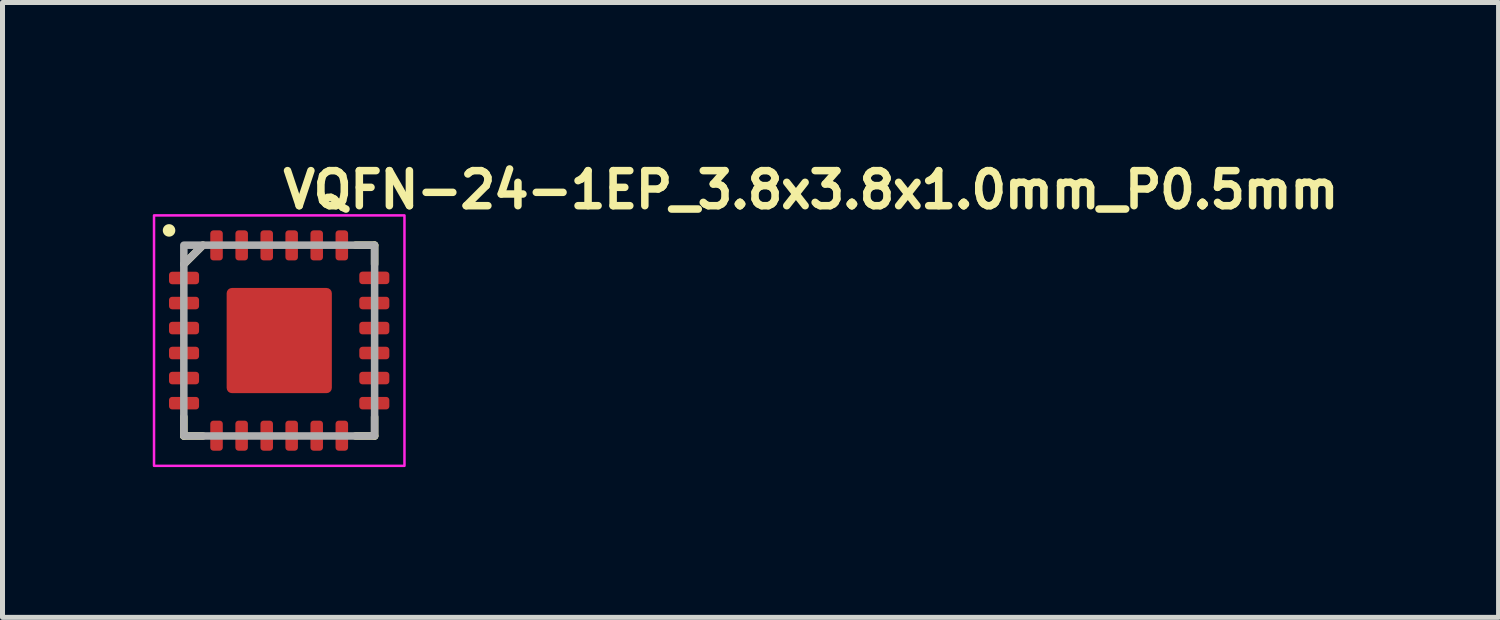
<source format=kicad_pcb>
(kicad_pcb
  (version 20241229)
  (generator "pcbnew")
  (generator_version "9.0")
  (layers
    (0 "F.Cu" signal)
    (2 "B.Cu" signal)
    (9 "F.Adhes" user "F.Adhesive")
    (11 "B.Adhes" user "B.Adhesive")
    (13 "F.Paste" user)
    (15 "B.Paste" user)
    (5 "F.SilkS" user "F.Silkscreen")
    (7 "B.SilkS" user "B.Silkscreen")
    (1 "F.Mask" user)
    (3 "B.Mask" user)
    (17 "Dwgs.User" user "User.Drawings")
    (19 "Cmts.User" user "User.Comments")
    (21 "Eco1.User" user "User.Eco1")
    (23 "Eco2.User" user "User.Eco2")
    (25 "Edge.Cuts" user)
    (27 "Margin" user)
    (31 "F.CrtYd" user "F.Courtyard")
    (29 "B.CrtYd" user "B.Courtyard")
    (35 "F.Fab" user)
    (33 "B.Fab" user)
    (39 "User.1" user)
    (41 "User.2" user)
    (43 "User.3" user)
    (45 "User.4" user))
  (footprint "VQFN-24-1EP_3.8x3.8x1.0mm_P0.5mm"
    (layer "F.Cu")
    (at 2.525 3.75)
    (property "Reference" "VQFN-24-1EP_3.8x3.8x1.0mm_P0.5mm" (at 0 -2.6 0) (layer "F.SilkS") (effects (font (size 0.7 0.7) (thickness 0.15)) (justify left bottom)))
    (attr smd)
    (fp_line (start -1.905 -1.524) (end -1.524 -1.905) (stroke (width 0.15) (type solid)) (layer "F.SilkS"))
    (fp_line (start -1.905 1.523) (end -1.905 1.904) (stroke (width 0.15) (type solid)) (layer "F.SilkS"))
    (fp_line (start -1.905 1.904) (end -1.524 1.904) (stroke (width 0.15) (type solid)) (layer "F.SilkS"))
    (fp_line (start 1.523 1.904) (end 1.904 1.904) (stroke (width 0.15) (type solid)) (layer "F.SilkS"))
    (fp_line (start 1.904 -1.905) (end 1.523 -1.905) (stroke (width 0.15) (type solid)) (layer "F.SilkS"))
    (fp_line (start 1.904 -1.524) (end 1.904 -1.905) (stroke (width 0.15) (type solid)) (layer "F.SilkS"))
    (fp_line (start 1.904 1.904) (end 1.904 1.523) (stroke (width 0.15) (type solid)) (layer "F.SilkS"))
    (fp_circle (center -2.2 -2.2) (end -2.15 -2.2) (stroke (width 0.15) (type solid)) (fill yes) (layer "F.SilkS"))
    (fp_rect (start -2.5 -2.5) (end 2.5 2.5) (stroke (width 0.05) (type solid)) (fill no) (layer "F.CrtYd"))
    (fp_line (start -1.905 -1.524) (end -1.524 -1.905) (stroke (width 0.15) (type solid)) (layer "F.Fab"))
    (fp_rect (start -1.905 1.904) (end 1.904 -1.905) (stroke (width 0.15) (type solid)) (fill no) (layer "F.Fab"))
    (fp_rect (start -2 -2) (end 1.999 1.999) (stroke (width 0.1) (type solid)) (fill no) (layer "User.5"))
    (fp_line (start -2 -2) (end -2 1.999) (stroke (width 0.02) (type solid)) (layer "User.9"))
    (fp_line (start -2 1.999) (end 1.999 1.999) (stroke (width 0.02) (type solid)) (layer "User.9"))
    (fp_line (start -1.651 -1.418) (end -1.651 -1.41) (stroke (width 0.02) (type solid)) (layer "User.9"))
    (fp_line (start -1.651 -1.41) (end -1.651 -1.401) (stroke (width 0.02) (type solid)) (layer "User.9"))
    (fp_line (start -1.651 -1.401) (end -1.651 -1.385) (stroke (width 0.02) (type solid)) (layer "User.9"))
    (fp_line (start -1.651 -1.385) (end -1.649 -1.367) (stroke (width 0.02) (type solid)) (layer "User.9"))
    (fp_line (start -1.649 -1.434) (end -1.649 -1.426) (stroke (width 0.02) (type solid)) (layer "User.9"))
    (fp_line (start -1.649 -1.426) (end -1.651 -1.418) (stroke (width 0.02) (type solid)) (layer "User.9"))
    (fp_line (start -1.649 -1.367) (end -1.647 -1.351) (stroke (width 0.02) (type solid)) (layer "User.9"))
    (fp_line (start -1.647 -1.45) (end -1.647 -1.442) (stroke (width 0.02) (type solid)) (layer "User.9"))
    (fp_line (start -1.647 -1.442) (end -1.649 -1.434) (stroke (width 0.02) (type solid)) (layer "User.9"))
    (fp_line (start -1.647 -1.351) (end -1.643 -1.335) (stroke (width 0.02) (type solid)) (layer "User.9"))
    (fp_line (start -1.645 -1.458) (end -1.647 -1.45) (stroke (width 0.02) (type solid)) (layer "User.9"))
    (fp_line (start -1.643 -1.466) (end -1.645 -1.458) (stroke (width 0.02) (type solid)) (layer "User.9"))
    (fp_line (start -1.643 -1.335) (end -1.637 -1.321) (stroke (width 0.02) (type solid)) (layer "User.9"))
    (fp_line (start -1.641 -1.474) (end -1.643 -1.466) (stroke (width 0.02) (type solid)) (layer "User.9"))
    (fp_line (start -1.637 -1.482) (end -1.641 -1.474) (stroke (width 0.02) (type solid)) (layer "User.9"))
    (fp_line (start -1.637 -1.321) (end -1.631 -1.305) (stroke (width 0.02) (type solid)) (layer "User.9"))
    (fp_line (start -1.635 -1.49) (end -1.637 -1.482) (stroke (width 0.02) (type solid)) (layer "User.9"))
    (fp_line (start -1.631 -1.496) (end -1.635 -1.49) (stroke (width 0.02) (type solid)) (layer "User.9"))
    (fp_line (start -1.631 -1.305) (end -1.625 -1.291) (stroke (width 0.02) (type solid)) (layer "User.9"))
    (fp_line (start -1.629 -1.504) (end -1.631 -1.496) (stroke (width 0.02) (type solid)) (layer "User.9"))
    (fp_line (start -1.625 -1.512) (end -1.629 -1.504) (stroke (width 0.02) (type solid)) (layer "User.9"))
    (fp_line (start -1.625 -1.291) (end -1.617 -1.276) (stroke (width 0.02) (type solid)) (layer "User.9"))
    (fp_line (start -1.621 -1.518) (end -1.625 -1.512) (stroke (width 0.02) (type solid)) (layer "User.9"))
    (fp_line (start -1.617 -1.526) (end -1.621 -1.518) (stroke (width 0.02) (type solid)) (layer "User.9"))
    (fp_line (start -1.617 -1.276) (end -1.609 -1.262) (stroke (width 0.02) (type solid)) (layer "User.9"))
    (fp_line (start -1.613 -1.532) (end -1.617 -1.526) (stroke (width 0.02) (type solid)) (layer "User.9"))
    (fp_line (start -1.609 -1.539) (end -1.613 -1.532) (stroke (width 0.02) (type solid)) (layer "User.9"))
    (fp_line (start -1.609 -1.262) (end -1.599 -1.25) (stroke (width 0.02) (type solid)) (layer "User.9"))
    (fp_line (start -1.605 -1.547) (end -1.609 -1.539) (stroke (width 0.02) (type solid)) (layer "User.9"))
    (fp_line (start -1.599 -1.553) (end -1.605 -1.547) (stroke (width 0.02) (type solid)) (layer "User.9"))
    (fp_line (start -1.599 -1.25) (end -1.589 -1.236) (stroke (width 0.02) (type solid)) (layer "User.9"))
    (fp_line (start -1.595 -1.559) (end -1.599 -1.553) (stroke (width 0.02) (type solid)) (layer "User.9"))
    (fp_line (start -1.589 -1.565) (end -1.595 -1.559) (stroke (width 0.02) (type solid)) (layer "User.9"))
    (fp_line (start -1.589 -1.236) (end -1.579 -1.224) (stroke (width 0.02) (type solid)) (layer "User.9"))
    (fp_line (start -1.583 -1.571) (end -1.589 -1.565) (stroke (width 0.02) (type solid)) (layer "User.9"))
    (fp_line (start -1.579 -1.577) (end -1.583 -1.571) (stroke (width 0.02) (type solid)) (layer "User.9"))
    (fp_line (start -1.579 -1.224) (end -1.567 -1.214) (stroke (width 0.02) (type solid)) (layer "User.9"))
    (fp_line (start -1.573 -1.583) (end -1.579 -1.577) (stroke (width 0.02) (type solid)) (layer "User.9"))
    (fp_line (start -1.567 -1.589) (end -1.573 -1.583) (stroke (width 0.02) (type solid)) (layer "User.9"))
    (fp_line (start -1.567 -1.214) (end -1.553 -1.202) (stroke (width 0.02) (type solid)) (layer "User.9"))
    (fp_line (start -1.561 -1.593) (end -1.567 -1.589) (stroke (width 0.02) (type solid)) (layer "User.9"))
    (fp_line (start -1.553 -1.599) (end -1.561 -1.593) (stroke (width 0.02) (type solid)) (layer "User.9"))
    (fp_line (start -1.553 -1.202) (end -1.541 -1.194) (stroke (width 0.02) (type solid)) (layer "User.9"))
    (fp_line (start -1.547 -1.603) (end -1.553 -1.599) (stroke (width 0.02) (type solid)) (layer "User.9"))
    (fp_line (start -1.541 -1.609) (end -1.547 -1.603) (stroke (width 0.02) (type solid)) (layer "User.9"))
    (fp_line (start -1.541 -1.194) (end -1.526 -1.184) (stroke (width 0.02) (type solid)) (layer "User.9"))
    (fp_line (start -1.534 -1.613) (end -1.541 -1.609) (stroke (width 0.02) (type solid)) (layer "User.9"))
    (fp_line (start -1.526 -1.617) (end -1.534 -1.613) (stroke (width 0.02) (type solid)) (layer "User.9"))
    (fp_line (start -1.526 -1.617) (end -1.526 -1.617) (stroke (width 0.02) (type solid)) (layer "User.9"))
    (fp_line (start -1.526 -1.184) (end -1.526 -1.184) (stroke (width 0.02) (type solid)) (layer "User.9"))
    (fp_line (start -1.526 -1.184) (end -1.512 -1.176) (stroke (width 0.02) (type solid)) (layer "User.9"))
    (fp_line (start -1.512 -1.625) (end -1.526 -1.617) (stroke (width 0.02) (type solid)) (layer "User.9"))
    (fp_line (start -1.512 -1.176) (end -1.496 -1.17) (stroke (width 0.02) (type solid)) (layer "User.9"))
    (fp_line (start -1.496 -1.633) (end -1.512 -1.625) (stroke (width 0.02) (type solid)) (layer "User.9"))
    (fp_line (start -1.496 -1.17) (end -1.48 -1.164) (stroke (width 0.02) (type solid)) (layer "User.9"))
    (fp_line (start -1.48 -1.637) (end -1.496 -1.633) (stroke (width 0.02) (type solid)) (layer "User.9"))
    (fp_line (start -1.48 -1.164) (end -1.466 -1.16) (stroke (width 0.02) (type solid)) (layer "User.9"))
    (fp_line (start -1.466 -1.643) (end -1.48 -1.637) (stroke (width 0.02) (type solid)) (layer "User.9"))
    (fp_line (start -1.466 -1.16) (end -1.45 -1.156) (stroke (width 0.02) (type solid)) (layer "User.9"))
    (fp_line (start -1.45 -1.647) (end -1.466 -1.643) (stroke (width 0.02) (type solid)) (layer "User.9"))
    (fp_line (start -1.45 -1.156) (end -1.434 -1.154) (stroke (width 0.02) (type solid)) (layer "User.9"))
    (fp_line (start -1.434 -1.649) (end -1.45 -1.647) (stroke (width 0.02) (type solid)) (layer "User.9"))
    (fp_line (start -1.434 -1.154) (end -1.418 -1.151) (stroke (width 0.02) (type solid)) (layer "User.9"))
    (fp_line (start -1.418 -1.651) (end -1.434 -1.649) (stroke (width 0.02) (type solid)) (layer "User.9"))
    (fp_line (start -1.418 -1.151) (end -1.401 -1.151) (stroke (width 0.02) (type solid)) (layer "User.9"))
    (fp_line (start -1.401 -1.651) (end -1.418 -1.651) (stroke (width 0.02) (type solid)) (layer "User.9"))
    (fp_line (start -1.401 -1.151) (end -1.385 -1.151) (stroke (width 0.02) (type solid)) (layer "User.9"))
    (fp_line (start -1.385 -1.651) (end -1.401 -1.651) (stroke (width 0.02) (type solid)) (layer "User.9"))
    (fp_line (start -1.385 -1.151) (end -1.369 -1.154) (stroke (width 0.02) (type solid)) (layer "User.9"))
    (fp_line (start -1.369 -1.649) (end -1.385 -1.651) (stroke (width 0.02) (type solid)) (layer "User.9"))
    (fp_line (start -1.369 -1.154) (end -1.353 -1.156) (stroke (width 0.02) (type solid)) (layer "User.9"))
    (fp_line (start -1.353 -1.647) (end -1.369 -1.649) (stroke (width 0.02) (type solid)) (layer "User.9"))
    (fp_line (start -1.353 -1.156) (end -1.337 -1.16) (stroke (width 0.02) (type solid)) (layer "User.9"))
    (fp_line (start -1.337 -1.643) (end -1.353 -1.647) (stroke (width 0.02) (type solid)) (layer "User.9"))
    (fp_line (start -1.337 -1.16) (end -1.321 -1.164) (stroke (width 0.02) (type solid)) (layer "User.9"))
    (fp_line (start -1.321 -1.637) (end -1.337 -1.643) (stroke (width 0.02) (type solid)) (layer "User.9"))
    (fp_line (start -1.321 -1.164) (end -1.305 -1.17) (stroke (width 0.02) (type solid)) (layer "User.9"))
    (fp_line (start -1.305 -1.633) (end -1.321 -1.637) (stroke (width 0.02) (type solid)) (layer "User.9"))
    (fp_line (start -1.305 -1.17) (end -1.291 -1.176) (stroke (width 0.02) (type solid)) (layer "User.9"))
    (fp_line (start -1.291 -1.625) (end -1.305 -1.633) (stroke (width 0.02) (type solid)) (layer "User.9"))
    (fp_line (start -1.291 -1.176) (end -1.276 -1.184) (stroke (width 0.02) (type solid)) (layer "User.9"))
    (fp_line (start -1.276 -1.617) (end -1.291 -1.625) (stroke (width 0.02) (type solid)) (layer "User.9"))
    (fp_line (start -1.276 -1.617) (end -1.276 -1.617) (stroke (width 0.02) (type solid)) (layer "User.9"))
    (fp_line (start -1.276 -1.184) (end -1.276 -1.184) (stroke (width 0.02) (type solid)) (layer "User.9"))
    (fp_line (start -1.276 -1.184) (end -1.268 -1.188) (stroke (width 0.02) (type solid)) (layer "User.9"))
    (fp_line (start -1.268 -1.188) (end -1.262 -1.194) (stroke (width 0.02) (type solid)) (layer "User.9"))
    (fp_line (start -1.262 -1.609) (end -1.276 -1.617) (stroke (width 0.02) (type solid)) (layer "User.9"))
    (fp_line (start -1.262 -1.194) (end -1.256 -1.198) (stroke (width 0.02) (type solid)) (layer "User.9"))
    (fp_line (start -1.256 -1.198) (end -1.248 -1.202) (stroke (width 0.02) (type solid)) (layer "User.9"))
    (fp_line (start -1.248 -1.599) (end -1.262 -1.609) (stroke (width 0.02) (type solid)) (layer "User.9"))
    (fp_line (start -1.248 -1.202) (end -1.242 -1.208) (stroke (width 0.02) (type solid)) (layer "User.9"))
    (fp_line (start -1.242 -1.208) (end -1.236 -1.214) (stroke (width 0.02) (type solid)) (layer "User.9"))
    (fp_line (start -1.236 -1.589) (end -1.248 -1.599) (stroke (width 0.02) (type solid)) (layer "User.9"))
    (fp_line (start -1.236 -1.214) (end -1.23 -1.218) (stroke (width 0.02) (type solid)) (layer "User.9"))
    (fp_line (start -1.23 -1.218) (end -1.224 -1.224) (stroke (width 0.02) (type solid)) (layer "User.9"))
    (fp_line (start -1.224 -1.577) (end -1.236 -1.589) (stroke (width 0.02) (type solid)) (layer "User.9"))
    (fp_line (start -1.224 -1.224) (end -1.218 -1.23) (stroke (width 0.02) (type solid)) (layer "User.9"))
    (fp_line (start -1.218 -1.23) (end -1.212 -1.236) (stroke (width 0.02) (type solid)) (layer "User.9"))
    (fp_line (start -1.212 -1.565) (end -1.224 -1.577) (stroke (width 0.02) (type solid)) (layer "User.9"))
    (fp_line (start -1.212 -1.236) (end -1.208 -1.242) (stroke (width 0.02) (type solid)) (layer "User.9"))
    (fp_line (start -1.208 -1.242) (end -1.202 -1.25) (stroke (width 0.02) (type solid)) (layer "User.9"))
    (fp_line (start -1.202 -1.553) (end -1.212 -1.565) (stroke (width 0.02) (type solid)) (layer "User.9"))
    (fp_line (start -1.202 -1.25) (end -1.198 -1.256) (stroke (width 0.02) (type solid)) (layer "User.9"))
    (fp_line (start -1.198 -1.256) (end -1.194 -1.262) (stroke (width 0.02) (type solid)) (layer "User.9"))
    (fp_line (start -1.194 -1.539) (end -1.202 -1.553) (stroke (width 0.02) (type solid)) (layer "User.9"))
    (fp_line (start -1.194 -1.262) (end -1.188 -1.27) (stroke (width 0.02) (type solid)) (layer "User.9"))
    (fp_line (start -1.188 -1.27) (end -1.184 -1.276) (stroke (width 0.02) (type solid)) (layer "User.9"))
    (fp_line (start -1.184 -1.526) (end -1.194 -1.539) (stroke (width 0.02) (type solid)) (layer "User.9"))
    (fp_line (start -1.184 -1.276) (end -1.18 -1.283) (stroke (width 0.02) (type solid)) (layer "User.9"))
    (fp_line (start -1.18 -1.283) (end -1.176 -1.291) (stroke (width 0.02) (type solid)) (layer "User.9"))
    (fp_line (start -1.176 -1.512) (end -1.184 -1.526) (stroke (width 0.02) (type solid)) (layer "User.9"))
    (fp_line (start -1.176 -1.291) (end -1.174 -1.297) (stroke (width 0.02) (type solid)) (layer "User.9"))
    (fp_line (start -1.174 -1.297) (end -1.17 -1.305) (stroke (width 0.02) (type solid)) (layer "User.9"))
    (fp_line (start -1.17 -1.496) (end -1.176 -1.512) (stroke (width 0.02) (type solid)) (layer "User.9"))
    (fp_line (start -1.17 -1.305) (end -1.168 -1.313) (stroke (width 0.02) (type solid)) (layer "User.9"))
    (fp_line (start -1.168 -1.313) (end -1.164 -1.321) (stroke (width 0.02) (type solid)) (layer "User.9"))
    (fp_line (start -1.164 -1.482) (end -1.17 -1.496) (stroke (width 0.02) (type solid)) (layer "User.9"))
    (fp_line (start -1.164 -1.321) (end -1.162 -1.327) (stroke (width 0.02) (type solid)) (layer "User.9"))
    (fp_line (start -1.162 -1.327) (end -1.16 -1.335) (stroke (width 0.02) (type solid)) (layer "User.9"))
    (fp_line (start -1.16 -1.466) (end -1.164 -1.482) (stroke (width 0.02) (type solid)) (layer "User.9"))
    (fp_line (start -1.16 -1.335) (end -1.158 -1.343) (stroke (width 0.02) (type solid)) (layer "User.9"))
    (fp_line (start -1.158 -1.343) (end -1.156 -1.351) (stroke (width 0.02) (type solid)) (layer "User.9"))
    (fp_line (start -1.156 -1.45) (end -1.16 -1.466) (stroke (width 0.02) (type solid)) (layer "User.9"))
    (fp_line (start -1.156 -1.351) (end -1.154 -1.359) (stroke (width 0.02) (type solid)) (layer "User.9"))
    (fp_line (start -1.154 -1.434) (end -1.156 -1.45) (stroke (width 0.02) (type solid)) (layer "User.9"))
    (fp_line (start -1.154 -1.367) (end -1.153 -1.377) (stroke (width 0.02) (type solid)) (layer "User.9"))
    (fp_line (start -1.154 -1.359) (end -1.154 -1.367) (stroke (width 0.02) (type solid)) (layer "User.9"))
    (fp_line (start -1.153 -1.377) (end -1.151 -1.385) (stroke (width 0.02) (type solid)) (layer "User.9"))
    (fp_line (start -1.151 -1.418) (end -1.154 -1.434) (stroke (width 0.02) (type solid)) (layer "User.9"))
    (fp_line (start -1.151 -1.401) (end -1.151 -1.418) (stroke (width 0.02) (type solid)) (layer "User.9"))
    (fp_line (start -1.151 -1.393) (end -1.151 -1.401) (stroke (width 0.02) (type solid)) (layer "User.9"))
    (fp_line (start -1.151 -1.385) (end -1.151 -1.393) (stroke (width 0.02) (type solid)) (layer "User.9"))
    (fp_line (start 1.999 -2) (end -2 -2) (stroke (width 0.02) (type solid)) (layer "User.9"))
    (fp_line (start 1.999 1.999) (end 1.999 -2) (stroke (width 0.02) (type solid)) (layer "User.9"))
    (pad "1" smd roundrect (at -1.901 -1.25 90) (size 0.25 0.6) (layers "F.Cu" "F.Mask" "F.Paste") (roundrect_rratio 0.25))
    (pad "2" smd roundrect (at -1.901 -0.75 90) (size 0.25 0.6) (layers "F.Cu" "F.Mask" "F.Paste") (roundrect_rratio 0.25))
    (pad "3" smd roundrect (at -1.901 -0.25 90) (size 0.25 0.6) (layers "F.Cu" "F.Mask" "F.Paste") (roundrect_rratio 0.25))
    (pad "4" smd roundrect (at -1.901 0.248 90) (size 0.25 0.6) (layers "F.Cu" "F.Mask" "F.Paste") (roundrect_rratio 0.25))
    (pad "5" smd roundrect (at -1.901 0.748 90) (size 0.25 0.6) (layers "F.Cu" "F.Mask" "F.Paste") (roundrect_rratio 0.25))
    (pad "6" smd roundrect (at -1.901 1.249 90) (size 0.25 0.6) (layers "F.Cu" "F.Mask" "F.Paste") (roundrect_rratio 0.25))
    (pad "7" smd roundrect (at -1.252 1.898 180) (size 0.25 0.6) (layers "F.Cu" "F.Mask" "F.Paste") (roundrect_rratio 0.25))
    (pad "8" smd roundrect (at -0.751 1.898 180) (size 0.25 0.6) (layers "F.Cu" "F.Mask" "F.Paste") (roundrect_rratio 0.25))
    (pad "9" smd roundrect (at -0.25 1.898 180) (size 0.25 0.6) (layers "F.Cu" "F.Mask" "F.Paste") (roundrect_rratio 0.25))
    (pad "10" smd roundrect (at 0.248 1.898 180) (size 0.25 0.6) (layers "F.Cu" "F.Mask" "F.Paste") (roundrect_rratio 0.25))
    (pad "11" smd roundrect (at 0.748 1.898 180) (size 0.25 0.6) (layers "F.Cu" "F.Mask" "F.Paste") (roundrect_rratio 0.25))
    (pad "12" smd roundrect (at 1.249 1.898 180) (size 0.25 0.6) (layers "F.Cu" "F.Mask" "F.Paste") (roundrect_rratio 0.25))
    (pad "13" smd roundrect (at 1.898 1.249 270) (size 0.25 0.6) (layers "F.Cu" "F.Mask" "F.Paste") (roundrect_rratio 0.25))
    (pad "14" smd roundrect (at 1.898 0.748 270) (size 0.25 0.6) (layers "F.Cu" "F.Mask" "F.Paste") (roundrect_rratio 0.25))
    (pad "15" smd roundrect (at 1.898 0.248 270) (size 0.25 0.6) (layers "F.Cu" "F.Mask" "F.Paste") (roundrect_rratio 0.25))
    (pad "16" smd roundrect (at 1.898 -0.25 270) (size 0.25 0.6) (layers "F.Cu" "F.Mask" "F.Paste") (roundrect_rratio 0.25))
    (pad "17" smd roundrect (at 1.898 -0.75 270) (size 0.25 0.6) (layers "F.Cu" "F.Mask" "F.Paste") (roundrect_rratio 0.25))
    (pad "18" smd roundrect (at 1.898 -1.252 270) (size 0.25 0.6) (layers "F.Cu" "F.Mask" "F.Paste") (roundrect_rratio 0.25))
    (pad "19" smd roundrect (at 1.249 -1.901) (size 0.25 0.6) (layers "F.Cu" "F.Mask" "F.Paste") (roundrect_rratio 0.25))
    (pad "20" smd roundrect (at 0.748 -1.901) (size 0.25 0.6) (layers "F.Cu" "F.Mask" "F.Paste") (roundrect_rratio 0.25))
    (pad "21" smd roundrect (at 0.248 -1.901) (size 0.25 0.6) (layers "F.Cu" "F.Mask" "F.Paste") (roundrect_rratio 0.25))
    (pad "22" smd roundrect (at -0.25 -1.901) (size 0.25 0.6) (layers "F.Cu" "F.Mask" "F.Paste") (roundrect_rratio 0.25))
    (pad "23" smd roundrect (at -0.75 -1.901) (size 0.25 0.6) (layers "F.Cu" "F.Mask" "F.Paste") (roundrect_rratio 0.25))
    (pad "24" smd roundrect (at -1.252 -1.901) (size 0.25 0.6) (layers "F.Cu" "F.Mask" "F.Paste") (roundrect_rratio 0.25))
    (pad "25" smd roundrect (at 0 -0.001) (size 2.1 2.1) (layers "F.Cu" "F.Mask" "F.Paste") (roundrect_rratio 0.05)))
  (gr_rect
    (start -3 -3)
    (end 26.868 9.275)
    (stroke (width 0.1) (type default))
    (fill no)
    (layer "Edge.Cuts")))
</source>
